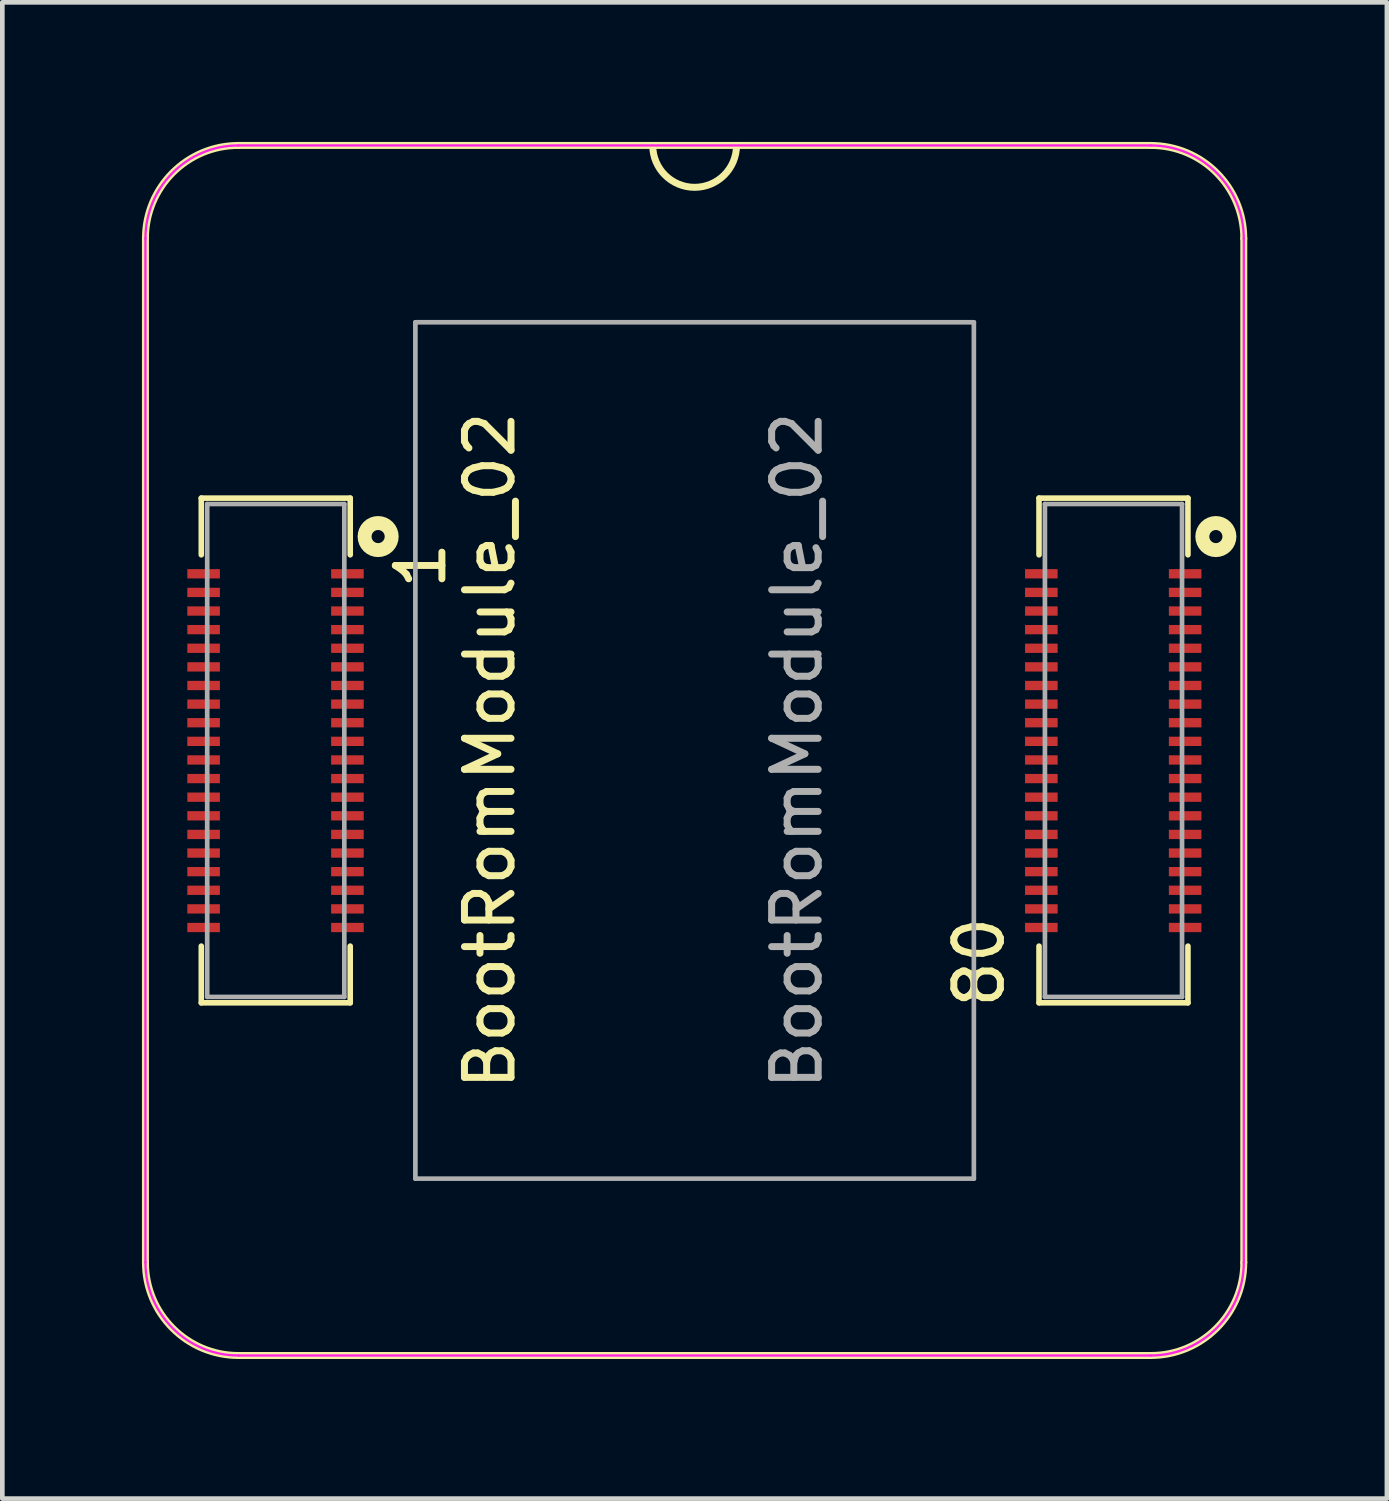
<source format=kicad_pcb>
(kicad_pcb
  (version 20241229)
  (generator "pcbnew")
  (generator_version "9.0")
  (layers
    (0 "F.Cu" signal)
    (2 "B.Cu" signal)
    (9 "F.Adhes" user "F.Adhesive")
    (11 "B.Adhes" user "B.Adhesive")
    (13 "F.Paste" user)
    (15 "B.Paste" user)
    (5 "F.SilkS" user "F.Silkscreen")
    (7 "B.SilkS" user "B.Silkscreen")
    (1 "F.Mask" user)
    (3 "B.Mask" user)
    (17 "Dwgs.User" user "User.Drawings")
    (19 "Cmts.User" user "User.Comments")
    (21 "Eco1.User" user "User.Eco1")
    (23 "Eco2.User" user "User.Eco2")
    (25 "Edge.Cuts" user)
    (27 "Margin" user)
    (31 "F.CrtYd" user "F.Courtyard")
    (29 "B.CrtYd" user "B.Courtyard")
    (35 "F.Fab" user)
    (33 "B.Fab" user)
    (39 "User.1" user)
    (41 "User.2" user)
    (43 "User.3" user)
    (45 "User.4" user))
  (footprint "BootRomModule_02"
    (layer "F.Cu")
    (at 11.875 13.075)
    (property "Reference" "BootRomModule_02" (at -4.4 0 90) (layer "F.SilkS") (effects (font (size 1 1) (thickness 0.15))))
    (attr smd)
    (fp_line (start -11.8 -11) (end -11.8 11) (stroke (width 0.15) (type default)) (layer "F.SilkS"))
    (fp_line (start -10.6 -5.422) (end -10.6 -4.204) (stroke (width 0.12) (type solid)) (layer "F.SilkS"))
    (fp_line (start -10.6 4.204) (end -10.6 5.422) (stroke (width 0.12) (type solid)) (layer "F.SilkS"))
    (fp_line (start -10.6 5.422) (end -7.4 5.422) (stroke (width 0.12) (type solid)) (layer "F.SilkS"))
    (fp_line (start -9.8 -13) (end 9.8 -13) (stroke (width 0.15) (type default)) (layer "F.SilkS"))
    (fp_line (start -9.8 13) (end 9.8 13) (stroke (width 0.15) (type default)) (layer "F.SilkS"))
    (fp_line (start -7.4 -5.422) (end -10.6 -5.422) (stroke (width 0.12) (type solid)) (layer "F.SilkS"))
    (fp_line (start -7.4 -4.204) (end -7.4 -5.422) (stroke (width 0.12) (type solid)) (layer "F.SilkS"))
    (fp_line (start -7.4 5.422) (end -7.4 4.204) (stroke (width 0.12) (type solid)) (layer "F.SilkS"))
    (fp_line (start 7.4 -5.422) (end 7.4 -4.204) (stroke (width 0.12) (type solid)) (layer "F.SilkS"))
    (fp_line (start 7.4 4.204) (end 7.4 5.422) (stroke (width 0.12) (type solid)) (layer "F.SilkS"))
    (fp_line (start 7.4 5.422) (end 10.6 5.422) (stroke (width 0.12) (type solid)) (layer "F.SilkS"))
    (fp_line (start 10.6 -5.422) (end 7.4 -5.422) (stroke (width 0.12) (type solid)) (layer "F.SilkS"))
    (fp_line (start 10.6 -4.204) (end 10.6 -5.422) (stroke (width 0.12) (type solid)) (layer "F.SilkS"))
    (fp_line (start 10.6 5.422) (end 10.6 4.204) (stroke (width 0.12) (type solid)) (layer "F.SilkS"))
    (fp_line (start 11.8 11) (end 11.8 -11) (stroke (width 0.15) (type default)) (layer "F.SilkS"))
    (fp_arc (start -11.8 -11) (mid -11.214214 -12.414214) (end -9.8 -13) (stroke (width 0.15) (type default)) (layer "F.SilkS"))
    (fp_arc (start -9.8 13) (mid -11.214214 12.414214) (end -11.8 11) (stroke (width 0.15) (type default)) (layer "F.SilkS"))
    (fp_arc (start 0.9 -13) (mid 0 -12.1) (end -0.9 -13) (stroke (width 0.15) (type default)) (layer "F.SilkS"))
    (fp_arc (start 9.8 -13) (mid 11.214214 -12.414214) (end 11.8 -11) (stroke (width 0.15) (type default)) (layer "F.SilkS"))
    (fp_arc (start 11.8 11) (mid 11.214214 12.414214) (end 9.8 13) (stroke (width 0.15) (type default)) (layer "F.SilkS"))
    (fp_circle (center -6.8 -4.596) (end -6.8 -4.737) (stroke (width 0.3) (type solid)) (fill no) (layer "F.SilkS"))
    (fp_circle (center 11.2 -4.596) (end 11.2 -4.737) (stroke (width 0.3) (type solid)) (fill no) (layer "F.SilkS"))
    (fp_line (start -11.8 -11) (end -11.8 11) (stroke (width 0.05) (type default)) (layer "F.CrtYd"))
    (fp_line (start -9.8 -13) (end 9.8 -13) (stroke (width 0.05) (type default)) (layer "F.CrtYd"))
    (fp_line (start -9.8 13) (end 9.8 13) (stroke (width 0.05) (type default)) (layer "F.CrtYd"))
    (fp_line (start 11.8 11) (end 11.8 -11) (stroke (width 0.05) (type default)) (layer "F.CrtYd"))
    (fp_arc (start -11.8 -11) (mid -11.214214 -12.414214) (end -9.8 -13) (stroke (width 0.05) (type default)) (layer "F.CrtYd"))
    (fp_arc (start -9.8 13) (mid -11.214214 12.414214) (end -11.8 11) (stroke (width 0.05) (type default)) (layer "F.CrtYd"))
    (fp_arc (start 9.8 -13) (mid 11.214214 -12.414214) (end 11.8 -11) (stroke (width 0.05) (type default)) (layer "F.CrtYd"))
    (fp_arc (start 11.8 11) (mid 11.214214 12.414214) (end 9.8 13) (stroke (width 0.05) (type default)) (layer "F.CrtYd"))
    (fp_line (start -10.473 -5.295) (end -10.473 5.295) (stroke (width 0.1) (type solid)) (layer "F.Fab"))
    (fp_line (start -10.473 5.295) (end -7.527 5.295) (stroke (width 0.1) (type solid)) (layer "F.Fab"))
    (fp_line (start -7.527 -5.295) (end -10.473 -5.295) (stroke (width 0.1) (type solid)) (layer "F.Fab"))
    (fp_line (start -7.527 5.295) (end -7.527 -5.295) (stroke (width 0.1) (type solid)) (layer "F.Fab"))
    (fp_line (start -6 -9.2) (end 6 -9.2) (stroke (width 0.1) (type solid)) (layer "F.Fab"))
    (fp_line (start -6 9.2) (end -6 -9.2) (stroke (width 0.1) (type solid)) (layer "F.Fab"))
    (fp_line (start 6 -9.2) (end 6 9.2) (stroke (width 0.1) (type solid)) (layer "F.Fab"))
    (fp_line (start 6 9.2) (end -6 9.2) (stroke (width 0.1) (type solid)) (layer "F.Fab"))
    (fp_line (start 7.527 -5.295) (end 7.527 5.295) (stroke (width 0.1) (type solid)) (layer "F.Fab"))
    (fp_line (start 7.527 5.295) (end 10.473 5.295) (stroke (width 0.1) (type solid)) (layer "F.Fab"))
    (fp_line (start 10.473 -5.295) (end 7.527 -5.295) (stroke (width 0.1) (type solid)) (layer "F.Fab"))
    (fp_line (start 10.473 5.295) (end 10.473 -5.295) (stroke (width 0.1) (type solid)) (layer "F.Fab"))
    (fp_text user "1" (at -5.3 -3.4 90) (unlocked yes) (layer "F.SilkS") (effects (font (size 1 1) (thickness 0.15)) (justify left bottom)))
    (fp_text user "80" (at 6.7 5.6 90) (unlocked yes) (layer "F.SilkS") (effects (font (size 1 1) (thickness 0.15)) (justify left bottom)))
    (fp_text user "${REFERENCE}" (at 2.2 0 90) (layer "F.Fab") (effects (font (size 1 1) (thickness 0.15))))
    (pad "1" smd rect (at -7.46 -3.796 90) (size 0.2 0.7) (layers "F.Cu" "F.Mask" "F.Paste"))
    (pad "2" smd rect (at -10.55 -3.796 90) (size 0.2 0.7) (layers "F.Cu" "F.Mask" "F.Paste"))
    (pad "3" smd rect (at -7.46 -3.396 90) (size 0.2 0.7) (layers "F.Cu" "F.Mask" "F.Paste"))
    (pad "4" smd rect (at -10.55 -3.396 90) (size 0.2 0.7) (layers "F.Cu" "F.Mask" "F.Paste"))
    (pad "5" smd rect (at -7.46 -2.996 90) (size 0.2 0.7) (layers "F.Cu" "F.Mask" "F.Paste"))
    (pad "6" smd rect (at -10.55 -2.996 90) (size 0.2 0.7) (layers "F.Cu" "F.Mask" "F.Paste"))
    (pad "7" smd rect (at -7.46 -2.596 90) (size 0.2 0.7) (layers "F.Cu" "F.Mask" "F.Paste"))
    (pad "8" smd rect (at -10.55 -2.596 90) (size 0.2 0.7) (layers "F.Cu" "F.Mask" "F.Paste"))
    (pad "9" smd rect (at -7.46 -2.196 90) (size 0.2 0.7) (layers "F.Cu" "F.Mask" "F.Paste"))
    (pad "10" smd rect (at -10.55 -2.196 90) (size 0.2 0.7) (layers "F.Cu" "F.Mask" "F.Paste"))
    (pad "11" smd rect (at -7.46 -1.796 90) (size 0.2 0.7) (layers "F.Cu" "F.Mask" "F.Paste"))
    (pad "12" smd rect (at -10.55 -1.796 90) (size 0.2 0.7) (layers "F.Cu" "F.Mask" "F.Paste"))
    (pad "13" smd rect (at -7.46 -1.396 90) (size 0.2 0.7) (layers "F.Cu" "F.Mask" "F.Paste"))
    (pad "14" smd rect (at -10.55 -1.396 90) (size 0.2 0.7) (layers "F.Cu" "F.Mask" "F.Paste"))
    (pad "15" smd rect (at -7.46 -0.996 90) (size 0.2 0.7) (layers "F.Cu" "F.Mask" "F.Paste"))
    (pad "16" smd rect (at -10.55 -0.996 90) (size 0.2 0.7) (layers "F.Cu" "F.Mask" "F.Paste"))
    (pad "17" smd rect (at -7.46 -0.596 90) (size 0.2 0.7) (layers "F.Cu" "F.Mask" "F.Paste"))
    (pad "18" smd rect (at -10.55 -0.596 90) (size 0.2 0.7) (layers "F.Cu" "F.Mask" "F.Paste"))
    (pad "19" smd rect (at -7.46 -0.196 90) (size 0.2 0.7) (layers "F.Cu" "F.Mask" "F.Paste"))
    (pad "20" smd rect (at -10.55 -0.196 90) (size 0.2 0.7) (layers "F.Cu" "F.Mask" "F.Paste"))
    (pad "21" smd rect (at -7.46 0.204 90) (size 0.2 0.7) (layers "F.Cu" "F.Mask" "F.Paste"))
    (pad "22" smd rect (at -10.55 0.204 90) (size 0.2 0.7) (layers "F.Cu" "F.Mask" "F.Paste"))
    (pad "23" smd rect (at -7.46 0.604 90) (size 0.2 0.7) (layers "F.Cu" "F.Mask" "F.Paste"))
    (pad "24" smd rect (at -10.55 0.604 90) (size 0.2 0.7) (layers "F.Cu" "F.Mask" "F.Paste"))
    (pad "25" smd rect (at -7.46 1.004 90) (size 0.2 0.7) (layers "F.Cu" "F.Mask" "F.Paste"))
    (pad "26" smd rect (at -10.55 1.004 90) (size 0.2 0.7) (layers "F.Cu" "F.Mask" "F.Paste"))
    (pad "27" smd rect (at -7.46 1.404 90) (size 0.2 0.7) (layers "F.Cu" "F.Mask" "F.Paste"))
    (pad "28" smd rect (at -10.55 1.404 90) (size 0.2 0.7) (layers "F.Cu" "F.Mask" "F.Paste"))
    (pad "29" smd rect (at -7.46 1.804 90) (size 0.2 0.7) (layers "F.Cu" "F.Mask" "F.Paste"))
    (pad "30" smd rect (at -10.55 1.804 90) (size 0.2 0.7) (layers "F.Cu" "F.Mask" "F.Paste"))
    (pad "31" smd rect (at -7.46 2.204 90) (size 0.2 0.7) (layers "F.Cu" "F.Mask" "F.Paste"))
    (pad "32" smd rect (at -10.55 2.204 90) (size 0.2 0.7) (layers "F.Cu" "F.Mask" "F.Paste"))
    (pad "33" smd rect (at -7.46 2.604 90) (size 0.2 0.7) (layers "F.Cu" "F.Mask" "F.Paste"))
    (pad "34" smd rect (at -10.55 2.604 90) (size 0.2 0.7) (layers "F.Cu" "F.Mask" "F.Paste"))
    (pad "35" smd rect (at -7.46 3.004 90) (size 0.2 0.7) (layers "F.Cu" "F.Mask" "F.Paste"))
    (pad "36" smd rect (at -10.55 3.004 90) (size 0.2 0.7) (layers "F.Cu" "F.Mask" "F.Paste"))
    (pad "37" smd rect (at -7.46 3.404 90) (size 0.2 0.7) (layers "F.Cu" "F.Mask" "F.Paste"))
    (pad "38" smd rect (at -10.55 3.404 90) (size 0.2 0.7) (layers "F.Cu" "F.Mask" "F.Paste"))
    (pad "39" smd rect (at -7.46 3.804 90) (size 0.2 0.7) (layers "F.Cu" "F.Mask" "F.Paste"))
    (pad "40" smd rect (at -10.55 3.804 90) (size 0.2 0.7) (layers "F.Cu" "F.Mask" "F.Paste"))
    (pad "41" smd rect (at 10.54 -3.796 90) (size 0.2 0.7) (layers "F.Cu" "F.Mask" "F.Paste"))
    (pad "42" smd rect (at 7.45 -3.796 90) (size 0.2 0.7) (layers "F.Cu" "F.Mask" "F.Paste"))
    (pad "43" smd rect (at 10.54 -3.396 90) (size 0.2 0.7) (layers "F.Cu" "F.Mask" "F.Paste"))
    (pad "44" smd rect (at 7.45 -3.396 90) (size 0.2 0.7) (layers "F.Cu" "F.Mask" "F.Paste"))
    (pad "45" smd rect (at 10.54 -2.996 90) (size 0.2 0.7) (layers "F.Cu" "F.Mask" "F.Paste"))
    (pad "46" smd rect (at 7.45 -2.996 90) (size 0.2 0.7) (layers "F.Cu" "F.Mask" "F.Paste"))
    (pad "47" smd rect (at 10.54 -2.596 90) (size 0.2 0.7) (layers "F.Cu" "F.Mask" "F.Paste"))
    (pad "48" smd rect (at 7.45 -2.596 90) (size 0.2 0.7) (layers "F.Cu" "F.Mask" "F.Paste"))
    (pad "49" smd rect (at 10.54 -2.196 90) (size 0.2 0.7) (layers "F.Cu" "F.Mask" "F.Paste"))
    (pad "50" smd rect (at 7.45 -2.196 90) (size 0.2 0.7) (layers "F.Cu" "F.Mask" "F.Paste"))
    (pad "51" smd rect (at 10.54 -1.796 90) (size 0.2 0.7) (layers "F.Cu" "F.Mask" "F.Paste"))
    (pad "52" smd rect (at 7.45 -1.796 90) (size 0.2 0.7) (layers "F.Cu" "F.Mask" "F.Paste"))
    (pad "53" smd rect (at 10.54 -1.396 90) (size 0.2 0.7) (layers "F.Cu" "F.Mask" "F.Paste"))
    (pad "54" smd rect (at 7.45 -1.396 90) (size 0.2 0.7) (layers "F.Cu" "F.Mask" "F.Paste"))
    (pad "55" smd rect (at 10.54 -0.996 90) (size 0.2 0.7) (layers "F.Cu" "F.Mask" "F.Paste"))
    (pad "56" smd rect (at 7.45 -0.996 90) (size 0.2 0.7) (layers "F.Cu" "F.Mask" "F.Paste"))
    (pad "57" smd rect (at 10.54 -0.596 90) (size 0.2 0.7) (layers "F.Cu" "F.Mask" "F.Paste"))
    (pad "58" smd rect (at 7.45 -0.596 90) (size 0.2 0.7) (layers "F.Cu" "F.Mask" "F.Paste"))
    (pad "59" smd rect (at 10.54 -0.196 90) (size 0.2 0.7) (layers "F.Cu" "F.Mask" "F.Paste"))
    (pad "60" smd rect (at 7.45 -0.196 90) (size 0.2 0.7) (layers "F.Cu" "F.Mask" "F.Paste"))
    (pad "61" smd rect (at 10.54 0.204 90) (size 0.2 0.7) (layers "F.Cu" "F.Mask" "F.Paste"))
    (pad "62" smd rect (at 7.45 0.204 90) (size 0.2 0.7) (layers "F.Cu" "F.Mask" "F.Paste"))
    (pad "63" smd rect (at 10.54 0.604 90) (size 0.2 0.7) (layers "F.Cu" "F.Mask" "F.Paste"))
    (pad "64" smd rect (at 7.45 0.604 90) (size 0.2 0.7) (layers "F.Cu" "F.Mask" "F.Paste"))
    (pad "65" smd rect (at 10.54 1.004 90) (size 0.2 0.7) (layers "F.Cu" "F.Mask" "F.Paste"))
    (pad "66" smd rect (at 7.45 1.004 90) (size 0.2 0.7) (layers "F.Cu" "F.Mask" "F.Paste"))
    (pad "67" smd rect (at 10.54 1.404 90) (size 0.2 0.7) (layers "F.Cu" "F.Mask" "F.Paste"))
    (pad "68" smd rect (at 7.45 1.404 90) (size 0.2 0.7) (layers "F.Cu" "F.Mask" "F.Paste"))
    (pad "69" smd rect (at 10.54 1.804 90) (size 0.2 0.7) (layers "F.Cu" "F.Mask" "F.Paste"))
    (pad "70" smd rect (at 7.45 1.804 90) (size 0.2 0.7) (layers "F.Cu" "F.Mask" "F.Paste"))
    (pad "71" smd rect (at 10.54 2.204 90) (size 0.2 0.7) (layers "F.Cu" "F.Mask" "F.Paste"))
    (pad "72" smd rect (at 7.45 2.204 90) (size 0.2 0.7) (layers "F.Cu" "F.Mask" "F.Paste"))
    (pad "73" smd rect (at 10.54 2.604 90) (size 0.2 0.7) (layers "F.Cu" "F.Mask" "F.Paste"))
    (pad "74" smd rect (at 7.45 2.604 90) (size 0.2 0.7) (layers "F.Cu" "F.Mask" "F.Paste"))
    (pad "75" smd rect (at 10.54 3.004 90) (size 0.2 0.7) (layers "F.Cu" "F.Mask" "F.Paste"))
    (pad "76" smd rect (at 7.45 3.004 90) (size 0.2 0.7) (layers "F.Cu" "F.Mask" "F.Paste"))
    (pad "77" smd rect (at 10.54 3.404 90) (size 0.2 0.7) (layers "F.Cu" "F.Mask" "F.Paste"))
    (pad "78" smd rect (at 7.45 3.404 90) (size 0.2 0.7) (layers "F.Cu" "F.Mask" "F.Paste"))
    (pad "79" smd rect (at 10.54 3.804 90) (size 0.2 0.7) (layers "F.Cu" "F.Mask" "F.Paste"))
    (pad "80" smd rect (at 7.45 3.804 90) (size 0.2 0.7) (layers "F.Cu" "F.Mask" "F.Paste")))
  (gr_rect
    (start -3 -3)
    (end 26.75 29.15)
    (stroke (width 0.1) (type default))
    (fill no)
    (layer "Edge.Cuts")))
</source>
